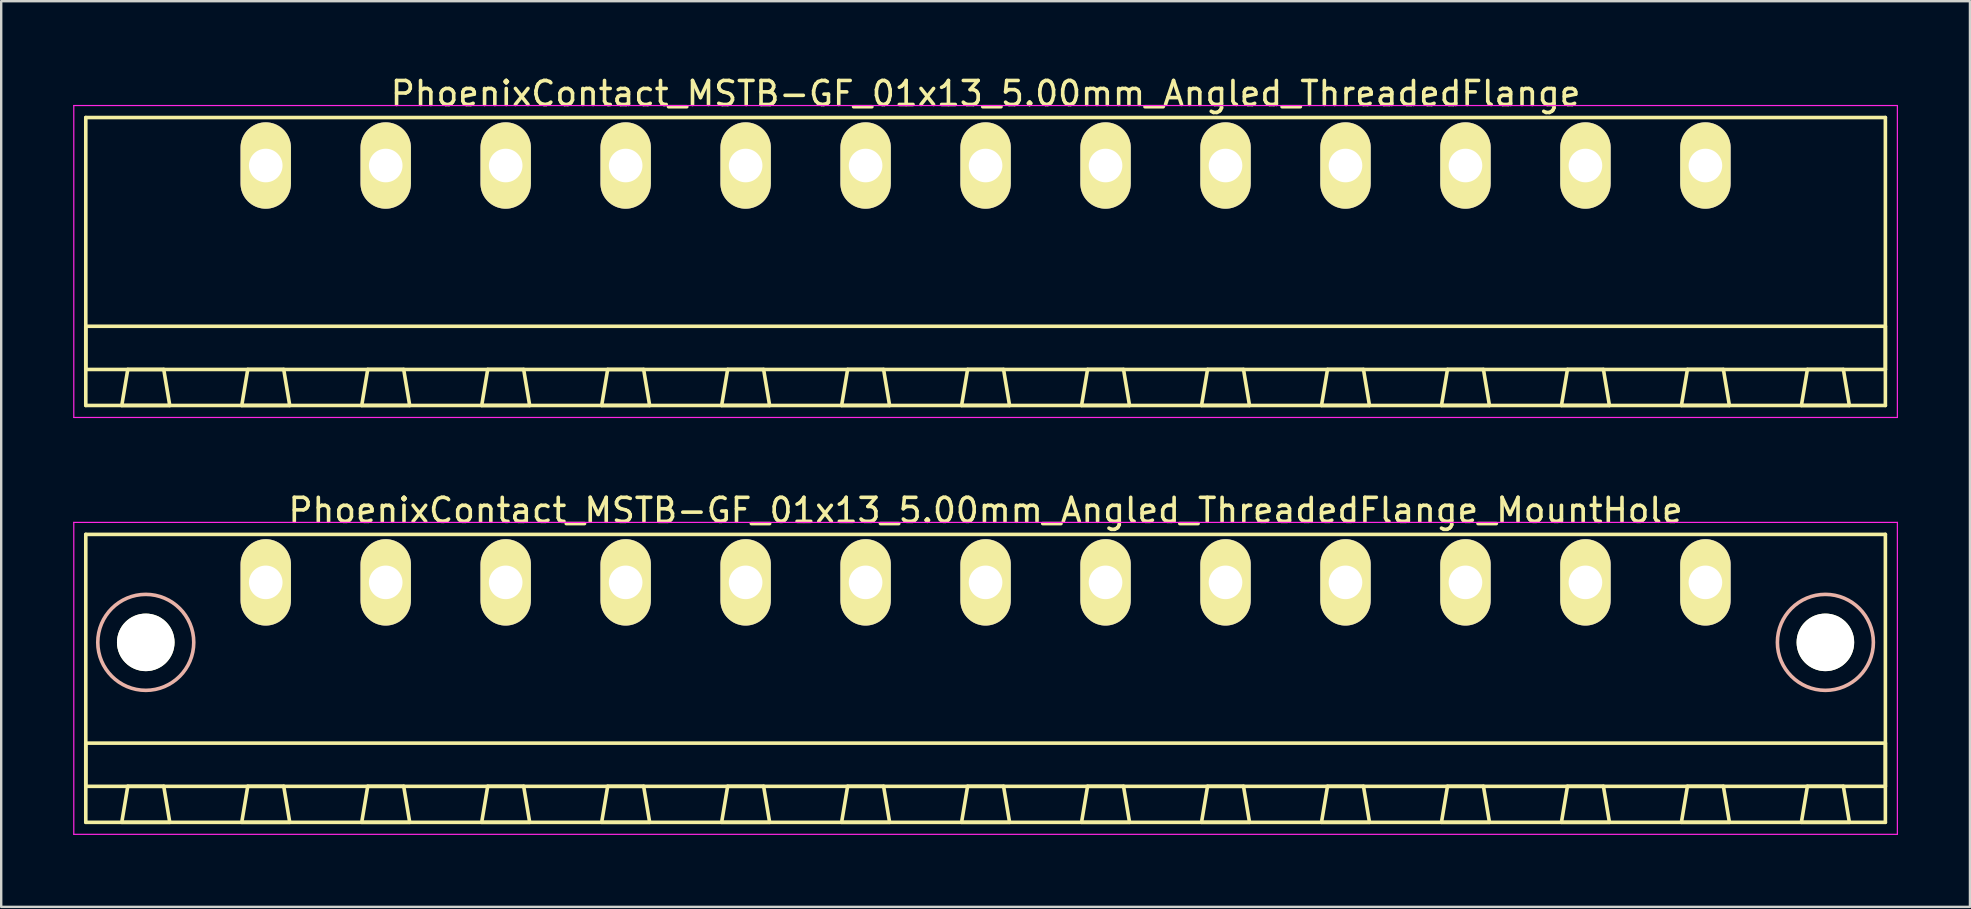
<source format=kicad_pcb>
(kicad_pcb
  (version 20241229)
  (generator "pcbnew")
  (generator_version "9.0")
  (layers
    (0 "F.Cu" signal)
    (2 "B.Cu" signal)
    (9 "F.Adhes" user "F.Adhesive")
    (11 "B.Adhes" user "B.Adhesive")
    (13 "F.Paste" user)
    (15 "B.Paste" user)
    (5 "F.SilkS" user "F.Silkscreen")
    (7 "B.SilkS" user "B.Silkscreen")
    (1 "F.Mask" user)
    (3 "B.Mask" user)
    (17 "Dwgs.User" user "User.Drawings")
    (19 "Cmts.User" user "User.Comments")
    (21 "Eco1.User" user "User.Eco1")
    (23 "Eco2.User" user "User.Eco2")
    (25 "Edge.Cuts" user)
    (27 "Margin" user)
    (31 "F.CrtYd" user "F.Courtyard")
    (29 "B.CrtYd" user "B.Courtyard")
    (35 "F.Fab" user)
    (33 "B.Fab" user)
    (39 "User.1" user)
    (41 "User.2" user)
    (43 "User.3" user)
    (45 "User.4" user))
  (footprint "PhoenixContact_MSTB-GF_01x13_5.00mm_Angled_ThreadedFlange"
    (layer "F.Cu")
    (at 8.025 3.848)
    (property "Reference" "PhoenixContact_MSTB-GF_01x13_5.00mm_Angled_ThreadedFlange" (at 30 -3 0) (layer "F.SilkS") (effects (font (size 1 1) (thickness 0.15))))
    (attr through_hole)
    (fp_line (start -7.5 -2) (end -7.5 10) (stroke (width 0.15) (type solid)) (layer "F.SilkS"))
    (fp_line (start -7.5 6.7) (end 67.5 6.7) (stroke (width 0.15) (type solid)) (layer "F.SilkS"))
    (fp_line (start -7.5 8.5) (end -7.5 6.7) (stroke (width 0.15) (type solid)) (layer "F.SilkS"))
    (fp_line (start -7.5 10) (end 67.5 10) (stroke (width 0.15) (type solid)) (layer "F.SilkS"))
    (fp_line (start -6 10) (end -4 10) (stroke (width 0.15) (type solid)) (layer "F.SilkS"))
    (fp_line (start -5.75 8.5) (end -6 10) (stroke (width 0.15) (type solid)) (layer "F.SilkS"))
    (fp_line (start -4.25 8.5) (end -5.75 8.5) (stroke (width 0.15) (type solid)) (layer "F.SilkS"))
    (fp_line (start -4 10) (end -4.25 8.5) (stroke (width 0.15) (type solid)) (layer "F.SilkS"))
    (fp_line (start -1 10) (end 1 10) (stroke (width 0.15) (type solid)) (layer "F.SilkS"))
    (fp_line (start -0.75 8.5) (end -1 10) (stroke (width 0.15) (type solid)) (layer "F.SilkS"))
    (fp_line (start 0.75 8.5) (end -0.75 8.5) (stroke (width 0.15) (type solid)) (layer "F.SilkS"))
    (fp_line (start 1 10) (end 0.75 8.5) (stroke (width 0.15) (type solid)) (layer "F.SilkS"))
    (fp_line (start 4 10) (end 6 10) (stroke (width 0.15) (type solid)) (layer "F.SilkS"))
    (fp_line (start 4.25 8.5) (end 4 10) (stroke (width 0.15) (type solid)) (layer "F.SilkS"))
    (fp_line (start 5.75 8.5) (end 4.25 8.5) (stroke (width 0.15) (type solid)) (layer "F.SilkS"))
    (fp_line (start 6 10) (end 5.75 8.5) (stroke (width 0.15) (type solid)) (layer "F.SilkS"))
    (fp_line (start 9 10) (end 11 10) (stroke (width 0.15) (type solid)) (layer "F.SilkS"))
    (fp_line (start 9.25 8.5) (end 9 10) (stroke (width 0.15) (type solid)) (layer "F.SilkS"))
    (fp_line (start 10.75 8.5) (end 9.25 8.5) (stroke (width 0.15) (type solid)) (layer "F.SilkS"))
    (fp_line (start 11 10) (end 10.75 8.5) (stroke (width 0.15) (type solid)) (layer "F.SilkS"))
    (fp_line (start 14 10) (end 16 10) (stroke (width 0.15) (type solid)) (layer "F.SilkS"))
    (fp_line (start 14.25 8.5) (end 14 10) (stroke (width 0.15) (type solid)) (layer "F.SilkS"))
    (fp_line (start 15.75 8.5) (end 14.25 8.5) (stroke (width 0.15) (type solid)) (layer "F.SilkS"))
    (fp_line (start 16 10) (end 15.75 8.5) (stroke (width 0.15) (type solid)) (layer "F.SilkS"))
    (fp_line (start 19 10) (end 21 10) (stroke (width 0.15) (type solid)) (layer "F.SilkS"))
    (fp_line (start 19.25 8.5) (end 19 10) (stroke (width 0.15) (type solid)) (layer "F.SilkS"))
    (fp_line (start 20.75 8.5) (end 19.25 8.5) (stroke (width 0.15) (type solid)) (layer "F.SilkS"))
    (fp_line (start 21 10) (end 20.75 8.5) (stroke (width 0.15) (type solid)) (layer "F.SilkS"))
    (fp_line (start 24 10) (end 26 10) (stroke (width 0.15) (type solid)) (layer "F.SilkS"))
    (fp_line (start 24.25 8.5) (end 24 10) (stroke (width 0.15) (type solid)) (layer "F.SilkS"))
    (fp_line (start 25.75 8.5) (end 24.25 8.5) (stroke (width 0.15) (type solid)) (layer "F.SilkS"))
    (fp_line (start 26 10) (end 25.75 8.5) (stroke (width 0.15) (type solid)) (layer "F.SilkS"))
    (fp_line (start 29 10) (end 31 10) (stroke (width 0.15) (type solid)) (layer "F.SilkS"))
    (fp_line (start 29.25 8.5) (end 29 10) (stroke (width 0.15) (type solid)) (layer "F.SilkS"))
    (fp_line (start 30.75 8.5) (end 29.25 8.5) (stroke (width 0.15) (type solid)) (layer "F.SilkS"))
    (fp_line (start 31 10) (end 30.75 8.5) (stroke (width 0.15) (type solid)) (layer "F.SilkS"))
    (fp_line (start 34 10) (end 36 10) (stroke (width 0.15) (type solid)) (layer "F.SilkS"))
    (fp_line (start 34.25 8.5) (end 34 10) (stroke (width 0.15) (type solid)) (layer "F.SilkS"))
    (fp_line (start 35.75 8.5) (end 34.25 8.5) (stroke (width 0.15) (type solid)) (layer "F.SilkS"))
    (fp_line (start 36 10) (end 35.75 8.5) (stroke (width 0.15) (type solid)) (layer "F.SilkS"))
    (fp_line (start 39 10) (end 41 10) (stroke (width 0.15) (type solid)) (layer "F.SilkS"))
    (fp_line (start 39.25 8.5) (end 39 10) (stroke (width 0.15) (type solid)) (layer "F.SilkS"))
    (fp_line (start 40.75 8.5) (end 39.25 8.5) (stroke (width 0.15) (type solid)) (layer "F.SilkS"))
    (fp_line (start 41 10) (end 40.75 8.5) (stroke (width 0.15) (type solid)) (layer "F.SilkS"))
    (fp_line (start 44 10) (end 46 10) (stroke (width 0.15) (type solid)) (layer "F.SilkS"))
    (fp_line (start 44.25 8.5) (end 44 10) (stroke (width 0.15) (type solid)) (layer "F.SilkS"))
    (fp_line (start 45.75 8.5) (end 44.25 8.5) (stroke (width 0.15) (type solid)) (layer "F.SilkS"))
    (fp_line (start 46 10) (end 45.75 8.5) (stroke (width 0.15) (type solid)) (layer "F.SilkS"))
    (fp_line (start 49 10) (end 51 10) (stroke (width 0.15) (type solid)) (layer "F.SilkS"))
    (fp_line (start 49.25 8.5) (end 49 10) (stroke (width 0.15) (type solid)) (layer "F.SilkS"))
    (fp_line (start 50.75 8.5) (end 49.25 8.5) (stroke (width 0.15) (type solid)) (layer "F.SilkS"))
    (fp_line (start 51 10) (end 50.75 8.5) (stroke (width 0.15) (type solid)) (layer "F.SilkS"))
    (fp_line (start 54 10) (end 56 10) (stroke (width 0.15) (type solid)) (layer "F.SilkS"))
    (fp_line (start 54.25 8.5) (end 54 10) (stroke (width 0.15) (type solid)) (layer "F.SilkS"))
    (fp_line (start 55.75 8.5) (end 54.25 8.5) (stroke (width 0.15) (type solid)) (layer "F.SilkS"))
    (fp_line (start 56 10) (end 55.75 8.5) (stroke (width 0.15) (type solid)) (layer "F.SilkS"))
    (fp_line (start 59 10) (end 61 10) (stroke (width 0.15) (type solid)) (layer "F.SilkS"))
    (fp_line (start 59.25 8.5) (end 59 10) (stroke (width 0.15) (type solid)) (layer "F.SilkS"))
    (fp_line (start 60.75 8.5) (end 59.25 8.5) (stroke (width 0.15) (type solid)) (layer "F.SilkS"))
    (fp_line (start 61 10) (end 60.75 8.5) (stroke (width 0.15) (type solid)) (layer "F.SilkS"))
    (fp_line (start 64 10) (end 66 10) (stroke (width 0.15) (type solid)) (layer "F.SilkS"))
    (fp_line (start 64.25 8.5) (end 64 10) (stroke (width 0.15) (type solid)) (layer "F.SilkS"))
    (fp_line (start 65.75 8.5) (end 64.25 8.5) (stroke (width 0.15) (type solid)) (layer "F.SilkS"))
    (fp_line (start 66 10) (end 65.75 8.5) (stroke (width 0.15) (type solid)) (layer "F.SilkS"))
    (fp_line (start 67.5 -2) (end -7.5 -2) (stroke (width 0.15) (type solid)) (layer "F.SilkS"))
    (fp_line (start 67.5 6.7) (end 67.5 8.5) (stroke (width 0.15) (type solid)) (layer "F.SilkS"))
    (fp_line (start 67.5 8.5) (end -7.5 8.5) (stroke (width 0.15) (type solid)) (layer "F.SilkS"))
    (fp_line (start 67.5 10) (end 67.5 -2) (stroke (width 0.15) (type solid)) (layer "F.SilkS"))
    (fp_line (start -8 -2.5) (end -8 10.5) (stroke (width 0.05) (type solid)) (layer "F.CrtYd"))
    (fp_line (start -8 10.5) (end 68 10.5) (stroke (width 0.05) (type solid)) (layer "F.CrtYd"))
    (fp_line (start 68 -2.5) (end -8 -2.5) (stroke (width 0.05) (type solid)) (layer "F.CrtYd"))
    (fp_line (start 68 10.5) (end 68 -2.5) (stroke (width 0.05) (type solid)) (layer "F.CrtYd"))
    (pad "1" thru_hole oval (at 0 0) (size 2.1 3.6) (drill 1.4) (layers "*.Cu" "*.Mask" "F.SilkS"))
    (pad "2" thru_hole oval (at 5 0) (size 2.1 3.6) (drill 1.4) (layers "*.Cu" "*.Mask" "F.SilkS"))
    (pad "3" thru_hole oval (at 10 0) (size 2.1 3.6) (drill 1.4) (layers "*.Cu" "*.Mask" "F.SilkS"))
    (pad "4" thru_hole oval (at 15 0) (size 2.1 3.6) (drill 1.4) (layers "*.Cu" "*.Mask" "F.SilkS"))
    (pad "5" thru_hole oval (at 20 0) (size 2.1 3.6) (drill 1.4) (layers "*.Cu" "*.Mask" "F.SilkS"))
    (pad "6" thru_hole oval (at 25 0) (size 2.1 3.6) (drill 1.4) (layers "*.Cu" "*.Mask" "F.SilkS"))
    (pad "7" thru_hole oval (at 30 0) (size 2.1 3.6) (drill 1.4) (layers "*.Cu" "*.Mask" "F.SilkS"))
    (pad "8" thru_hole oval (at 35 0) (size 2.1 3.6) (drill 1.4) (layers "*.Cu" "*.Mask" "F.SilkS"))
    (pad "9" thru_hole oval (at 40 0) (size 2.1 3.6) (drill 1.4) (layers "*.Cu" "*.Mask" "F.SilkS"))
    (pad "10" thru_hole oval (at 45 0) (size 2.1 3.6) (drill 1.4) (layers "*.Cu" "*.Mask" "F.SilkS"))
    (pad "11" thru_hole oval (at 50 0) (size 2.1 3.6) (drill 1.4) (layers "*.Cu" "*.Mask" "F.SilkS"))
    (pad "12" thru_hole oval (at 55 0) (size 2.1 3.6) (drill 1.4) (layers "*.Cu" "*.Mask" "F.SilkS"))
    (pad "13" thru_hole oval (at 60 0) (size 2.1 3.6) (drill 1.4) (layers "*.Cu" "*.Mask" "F.SilkS")))
  (footprint "PhoenixContact_MSTB-GF_01x13_5.00mm_Angled_ThreadedFlange_MountHole"
    (layer "F.Cu")
    (at 8.025 21.221)
    (property "Reference" "PhoenixContact_MSTB-GF_01x13_5.00mm_Angled_ThreadedFlange_MountHole" (at 30 -3 0) (layer "F.SilkS") (effects (font (size 1 1) (thickness 0.15))))
    (attr through_hole)
    (fp_line (start -7.5 -2) (end -7.5 10) (stroke (width 0.15) (type solid)) (layer "F.SilkS"))
    (fp_line (start -7.5 6.7) (end 67.5 6.7) (stroke (width 0.15) (type solid)) (layer "F.SilkS"))
    (fp_line (start -7.5 8.5) (end -7.5 6.7) (stroke (width 0.15) (type solid)) (layer "F.SilkS"))
    (fp_line (start -7.5 10) (end 67.5 10) (stroke (width 0.15) (type solid)) (layer "F.SilkS"))
    (fp_line (start -6 10) (end -4 10) (stroke (width 0.15) (type solid)) (layer "F.SilkS"))
    (fp_line (start -5.75 8.5) (end -6 10) (stroke (width 0.15) (type solid)) (layer "F.SilkS"))
    (fp_line (start -4.25 8.5) (end -5.75 8.5) (stroke (width 0.15) (type solid)) (layer "F.SilkS"))
    (fp_line (start -4 10) (end -4.25 8.5) (stroke (width 0.15) (type solid)) (layer "F.SilkS"))
    (fp_line (start -1 10) (end 1 10) (stroke (width 0.15) (type solid)) (layer "F.SilkS"))
    (fp_line (start -0.75 8.5) (end -1 10) (stroke (width 0.15) (type solid)) (layer "F.SilkS"))
    (fp_line (start 0.75 8.5) (end -0.75 8.5) (stroke (width 0.15) (type solid)) (layer "F.SilkS"))
    (fp_line (start 1 10) (end 0.75 8.5) (stroke (width 0.15) (type solid)) (layer "F.SilkS"))
    (fp_line (start 4 10) (end 6 10) (stroke (width 0.15) (type solid)) (layer "F.SilkS"))
    (fp_line (start 4.25 8.5) (end 4 10) (stroke (width 0.15) (type solid)) (layer "F.SilkS"))
    (fp_line (start 5.75 8.5) (end 4.25 8.5) (stroke (width 0.15) (type solid)) (layer "F.SilkS"))
    (fp_line (start 6 10) (end 5.75 8.5) (stroke (width 0.15) (type solid)) (layer "F.SilkS"))
    (fp_line (start 9 10) (end 11 10) (stroke (width 0.15) (type solid)) (layer "F.SilkS"))
    (fp_line (start 9.25 8.5) (end 9 10) (stroke (width 0.15) (type solid)) (layer "F.SilkS"))
    (fp_line (start 10.75 8.5) (end 9.25 8.5) (stroke (width 0.15) (type solid)) (layer "F.SilkS"))
    (fp_line (start 11 10) (end 10.75 8.5) (stroke (width 0.15) (type solid)) (layer "F.SilkS"))
    (fp_line (start 14 10) (end 16 10) (stroke (width 0.15) (type solid)) (layer "F.SilkS"))
    (fp_line (start 14.25 8.5) (end 14 10) (stroke (width 0.15) (type solid)) (layer "F.SilkS"))
    (fp_line (start 15.75 8.5) (end 14.25 8.5) (stroke (width 0.15) (type solid)) (layer "F.SilkS"))
    (fp_line (start 16 10) (end 15.75 8.5) (stroke (width 0.15) (type solid)) (layer "F.SilkS"))
    (fp_line (start 19 10) (end 21 10) (stroke (width 0.15) (type solid)) (layer "F.SilkS"))
    (fp_line (start 19.25 8.5) (end 19 10) (stroke (width 0.15) (type solid)) (layer "F.SilkS"))
    (fp_line (start 20.75 8.5) (end 19.25 8.5) (stroke (width 0.15) (type solid)) (layer "F.SilkS"))
    (fp_line (start 21 10) (end 20.75 8.5) (stroke (width 0.15) (type solid)) (layer "F.SilkS"))
    (fp_line (start 24 10) (end 26 10) (stroke (width 0.15) (type solid)) (layer "F.SilkS"))
    (fp_line (start 24.25 8.5) (end 24 10) (stroke (width 0.15) (type solid)) (layer "F.SilkS"))
    (fp_line (start 25.75 8.5) (end 24.25 8.5) (stroke (width 0.15) (type solid)) (layer "F.SilkS"))
    (fp_line (start 26 10) (end 25.75 8.5) (stroke (width 0.15) (type solid)) (layer "F.SilkS"))
    (fp_line (start 29 10) (end 31 10) (stroke (width 0.15) (type solid)) (layer "F.SilkS"))
    (fp_line (start 29.25 8.5) (end 29 10) (stroke (width 0.15) (type solid)) (layer "F.SilkS"))
    (fp_line (start 30.75 8.5) (end 29.25 8.5) (stroke (width 0.15) (type solid)) (layer "F.SilkS"))
    (fp_line (start 31 10) (end 30.75 8.5) (stroke (width 0.15) (type solid)) (layer "F.SilkS"))
    (fp_line (start 34 10) (end 36 10) (stroke (width 0.15) (type solid)) (layer "F.SilkS"))
    (fp_line (start 34.25 8.5) (end 34 10) (stroke (width 0.15) (type solid)) (layer "F.SilkS"))
    (fp_line (start 35.75 8.5) (end 34.25 8.5) (stroke (width 0.15) (type solid)) (layer "F.SilkS"))
    (fp_line (start 36 10) (end 35.75 8.5) (stroke (width 0.15) (type solid)) (layer "F.SilkS"))
    (fp_line (start 39 10) (end 41 10) (stroke (width 0.15) (type solid)) (layer "F.SilkS"))
    (fp_line (start 39.25 8.5) (end 39 10) (stroke (width 0.15) (type solid)) (layer "F.SilkS"))
    (fp_line (start 40.75 8.5) (end 39.25 8.5) (stroke (width 0.15) (type solid)) (layer "F.SilkS"))
    (fp_line (start 41 10) (end 40.75 8.5) (stroke (width 0.15) (type solid)) (layer "F.SilkS"))
    (fp_line (start 44 10) (end 46 10) (stroke (width 0.15) (type solid)) (layer "F.SilkS"))
    (fp_line (start 44.25 8.5) (end 44 10) (stroke (width 0.15) (type solid)) (layer "F.SilkS"))
    (fp_line (start 45.75 8.5) (end 44.25 8.5) (stroke (width 0.15) (type solid)) (layer "F.SilkS"))
    (fp_line (start 46 10) (end 45.75 8.5) (stroke (width 0.15) (type solid)) (layer "F.SilkS"))
    (fp_line (start 49 10) (end 51 10) (stroke (width 0.15) (type solid)) (layer "F.SilkS"))
    (fp_line (start 49.25 8.5) (end 49 10) (stroke (width 0.15) (type solid)) (layer "F.SilkS"))
    (fp_line (start 50.75 8.5) (end 49.25 8.5) (stroke (width 0.15) (type solid)) (layer "F.SilkS"))
    (fp_line (start 51 10) (end 50.75 8.5) (stroke (width 0.15) (type solid)) (layer "F.SilkS"))
    (fp_line (start 54 10) (end 56 10) (stroke (width 0.15) (type solid)) (layer "F.SilkS"))
    (fp_line (start 54.25 8.5) (end 54 10) (stroke (width 0.15) (type solid)) (layer "F.SilkS"))
    (fp_line (start 55.75 8.5) (end 54.25 8.5) (stroke (width 0.15) (type solid)) (layer "F.SilkS"))
    (fp_line (start 56 10) (end 55.75 8.5) (stroke (width 0.15) (type solid)) (layer "F.SilkS"))
    (fp_line (start 59 10) (end 61 10) (stroke (width 0.15) (type solid)) (layer "F.SilkS"))
    (fp_line (start 59.25 8.5) (end 59 10) (stroke (width 0.15) (type solid)) (layer "F.SilkS"))
    (fp_line (start 60.75 8.5) (end 59.25 8.5) (stroke (width 0.15) (type solid)) (layer "F.SilkS"))
    (fp_line (start 61 10) (end 60.75 8.5) (stroke (width 0.15) (type solid)) (layer "F.SilkS"))
    (fp_line (start 64 10) (end 66 10) (stroke (width 0.15) (type solid)) (layer "F.SilkS"))
    (fp_line (start 64.25 8.5) (end 64 10) (stroke (width 0.15) (type solid)) (layer "F.SilkS"))
    (fp_line (start 65.75 8.5) (end 64.25 8.5) (stroke (width 0.15) (type solid)) (layer "F.SilkS"))
    (fp_line (start 66 10) (end 65.75 8.5) (stroke (width 0.15) (type solid)) (layer "F.SilkS"))
    (fp_line (start 67.5 -2) (end -7.5 -2) (stroke (width 0.15) (type solid)) (layer "F.SilkS"))
    (fp_line (start 67.5 6.7) (end 67.5 8.5) (stroke (width 0.15) (type solid)) (layer "F.SilkS"))
    (fp_line (start 67.5 8.5) (end -7.5 8.5) (stroke (width 0.15) (type solid)) (layer "F.SilkS"))
    (fp_line (start 67.5 10) (end 67.5 -2) (stroke (width 0.15) (type solid)) (layer "F.SilkS"))
    (fp_circle (center -5 2.5) (end -3 2.5) (stroke (width 0.15) (type solid)) (fill no) (layer "B.SilkS"))
    (fp_circle (center 65 2.5) (end 67 2.5) (stroke (width 0.15) (type solid)) (fill no) (layer "B.SilkS"))
    (fp_line (start -8 -2.5) (end -8 10.5) (stroke (width 0.05) (type solid)) (layer "F.CrtYd"))
    (fp_line (start -8 10.5) (end 68 10.5) (stroke (width 0.05) (type solid)) (layer "F.CrtYd"))
    (fp_line (start 68 -2.5) (end -8 -2.5) (stroke (width 0.05) (type solid)) (layer "F.CrtYd"))
    (fp_line (start 68 10.5) (end 68 -2.5) (stroke (width 0.05) (type solid)) (layer "F.CrtYd"))
    (pad "" np_thru_hole circle (at -5 2.5) (size 2.4 2.4) (drill 2.4) (layers "*.Cu" "*.Mask" "F.SilkS"))
    (pad "" np_thru_hole circle (at 65 2.5) (size 2.4 2.4) (drill 2.4) (layers "*.Cu" "*.Mask" "F.SilkS"))
    (pad "1" thru_hole oval (at 0 0) (size 2.1 3.6) (drill 1.4) (layers "*.Cu" "*.Mask" "F.SilkS"))
    (pad "2" thru_hole oval (at 5 0) (size 2.1 3.6) (drill 1.4) (layers "*.Cu" "*.Mask" "F.SilkS"))
    (pad "3" thru_hole oval (at 10 0) (size 2.1 3.6) (drill 1.4) (layers "*.Cu" "*.Mask" "F.SilkS"))
    (pad "4" thru_hole oval (at 15 0) (size 2.1 3.6) (drill 1.4) (layers "*.Cu" "*.Mask" "F.SilkS"))
    (pad "5" thru_hole oval (at 20 0) (size 2.1 3.6) (drill 1.4) (layers "*.Cu" "*.Mask" "F.SilkS"))
    (pad "6" thru_hole oval (at 25 0) (size 2.1 3.6) (drill 1.4) (layers "*.Cu" "*.Mask" "F.SilkS"))
    (pad "7" thru_hole oval (at 30 0) (size 2.1 3.6) (drill 1.4) (layers "*.Cu" "*.Mask" "F.SilkS"))
    (pad "8" thru_hole oval (at 35 0) (size 2.1 3.6) (drill 1.4) (layers "*.Cu" "*.Mask" "F.SilkS"))
    (pad "9" thru_hole oval (at 40 0) (size 2.1 3.6) (drill 1.4) (layers "*.Cu" "*.Mask" "F.SilkS"))
    (pad "10" thru_hole oval (at 45 0) (size 2.1 3.6) (drill 1.4) (layers "*.Cu" "*.Mask" "F.SilkS"))
    (pad "11" thru_hole oval (at 50 0) (size 2.1 3.6) (drill 1.4) (layers "*.Cu" "*.Mask" "F.SilkS"))
    (pad "12" thru_hole oval (at 55 0) (size 2.1 3.6) (drill 1.4) (layers "*.Cu" "*.Mask" "F.SilkS"))
    (pad "13" thru_hole oval (at 60 0) (size 2.1 3.6) (drill 1.4) (layers "*.Cu" "*.Mask" "F.SilkS")))
  (gr_rect
    (start -3 -3)
    (end 79.05 34.746)
    (stroke (width 0.1) (type default))
    (fill no)
    (layer "Edge.Cuts")))
</source>
